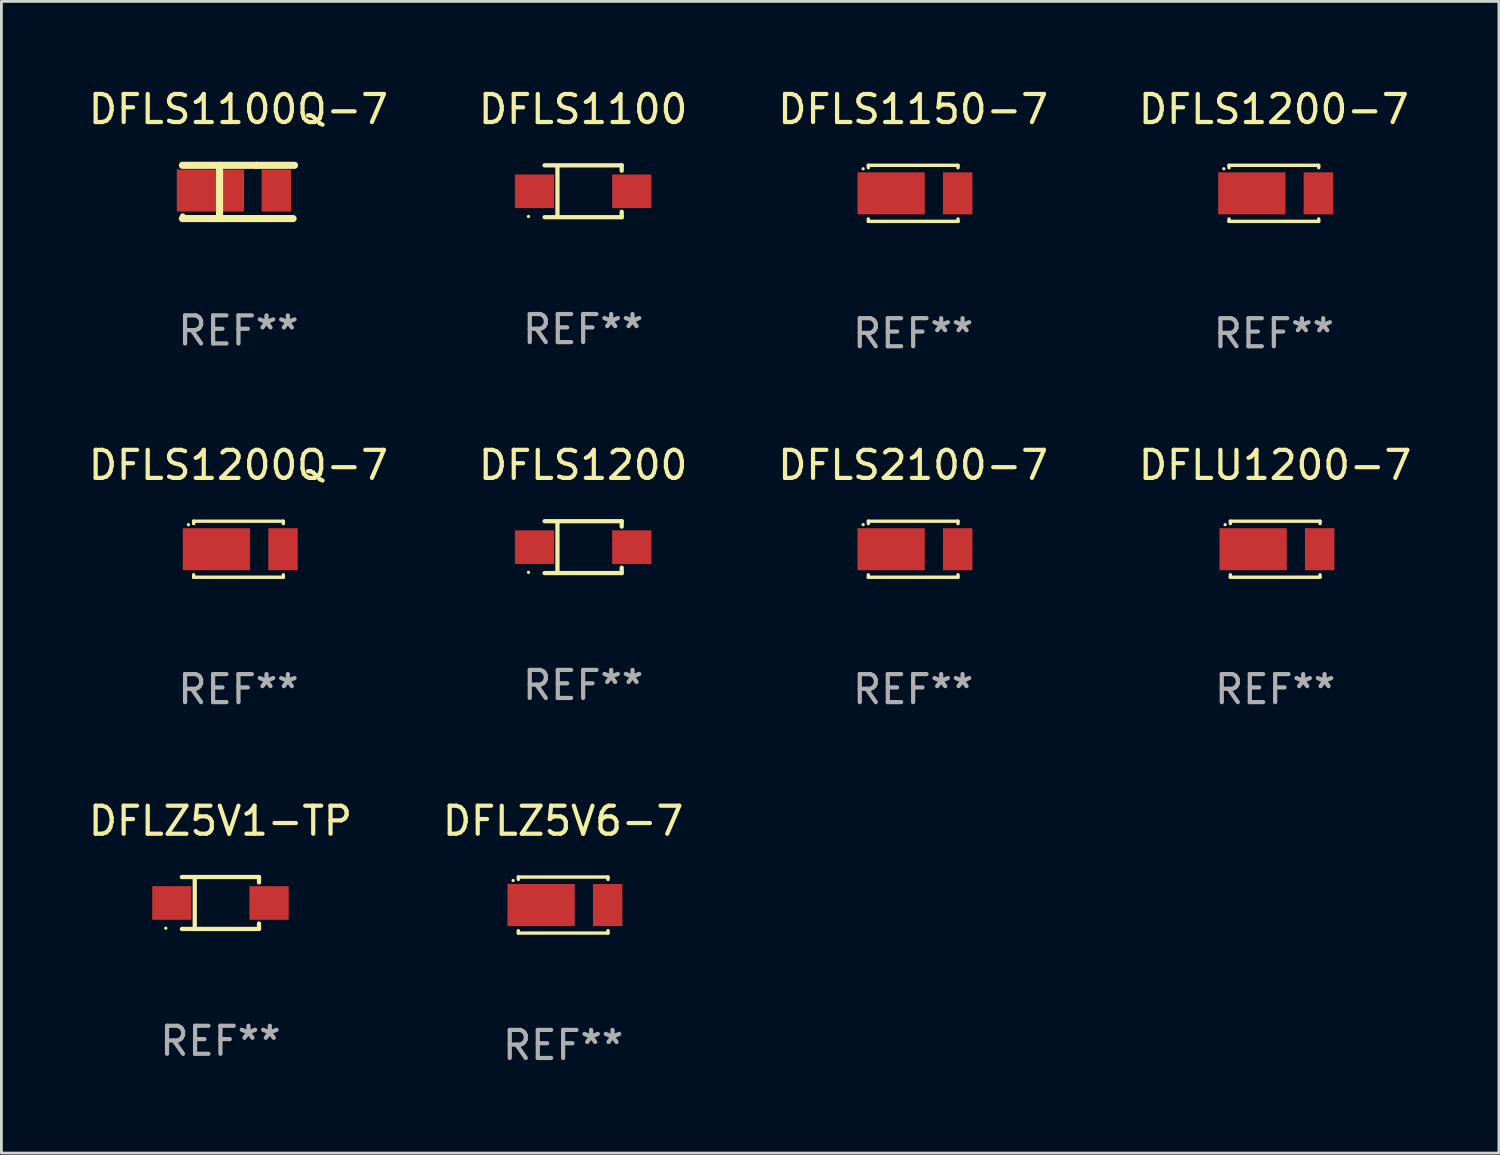
<source format=kicad_pcb>
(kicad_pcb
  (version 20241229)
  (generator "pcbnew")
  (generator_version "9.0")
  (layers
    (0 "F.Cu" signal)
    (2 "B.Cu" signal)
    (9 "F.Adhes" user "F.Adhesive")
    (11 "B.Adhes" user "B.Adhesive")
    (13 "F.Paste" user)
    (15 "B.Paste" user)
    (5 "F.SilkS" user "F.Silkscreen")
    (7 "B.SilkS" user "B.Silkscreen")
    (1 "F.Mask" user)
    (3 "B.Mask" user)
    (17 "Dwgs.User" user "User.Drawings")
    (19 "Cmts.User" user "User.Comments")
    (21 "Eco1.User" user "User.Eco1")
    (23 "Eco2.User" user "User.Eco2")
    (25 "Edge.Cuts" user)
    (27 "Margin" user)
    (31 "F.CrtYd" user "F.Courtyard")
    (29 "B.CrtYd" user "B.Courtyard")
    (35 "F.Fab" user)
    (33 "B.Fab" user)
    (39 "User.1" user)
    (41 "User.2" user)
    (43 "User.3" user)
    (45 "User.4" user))
  (footprint "DFLS1200Q-7"
    (layer "F.Cu")
    (at 5.458 16.545)
    (property "Reference" "DFLS1200Q-7" (at 0 -3 0) (layer "F.SilkS") (effects (font (size 1 1) (thickness 0.15))))
    (attr through_hole)
    (fp_line (start -1.599 -1) (end -1.599 -0.913) (stroke (width 0.12) (type solid)) (layer "F.SilkS"))
    (fp_line (start -1.599 0.913) (end -1.599 1) (stroke (width 0.12) (type solid)) (layer "F.SilkS"))
    (fp_line (start -1.599 1) (end 1.601 1) (stroke (width 0.12) (type solid)) (layer "F.SilkS"))
    (fp_line (start 1.599 -1) (end -1.601 -1) (stroke (width 0.12) (type solid)) (layer "F.SilkS"))
    (fp_line (start 1.601 -1) (end 1.601 -0.913) (stroke (width 0.12) (type solid)) (layer "F.SilkS"))
    (fp_line (start 1.601 0.913) (end 1.601 1) (stroke (width 0.12) (type solid)) (layer "F.SilkS"))
    (fp_circle (center -1.785 -0.876) (end -1.755 -0.876) (stroke (width 0.06) (type solid)) (fill no) (layer "F.SilkS"))
    (fp_text user "REF**" (at 0 5 0) (layer "F.Fab") (effects (font (size 1 1) (thickness 0.15))))
    (pad "1" smd rect (at -0.786 0 180) (size 2.4 1.5) (layers "F.Cu" "F.Mask" "F.Paste"))
    (pad "2" smd rect (at 1.589 0 180) (size 1.05 1.5) (layers "F.Cu" "F.Mask" "F.Paste")))
  (footprint "DFLZ5V1-TP"
    (layer "F.Cu")
    (at 4.815 29.167)
    (property "Reference" "DFLZ5V1-TP" (at 0 -2.926 0) (layer "F.SilkS") (effects (font (size 1 1) (thickness 0.15))))
    (attr through_hole)
    (fp_line (start -1.376 -0.926) (end 1.376 -0.926) (stroke (width 0.152) (type solid)) (layer "F.SilkS"))
    (fp_line (start -1.376 0.926) (end 1.376 0.926) (stroke (width 0.152) (type solid)) (layer "F.SilkS"))
    (fp_line (start -0.917 -0.876) (end -0.917 0.876) (stroke (width 0.152) (type solid)) (layer "F.SilkS"))
    (fp_line (start 1.376 -0.926) (end 1.376 -0.733) (stroke (width 0.152) (type solid)) (layer "F.SilkS"))
    (fp_line (start 1.376 0.926) (end 1.376 0.733) (stroke (width 0.152) (type solid)) (layer "F.SilkS"))
    (fp_circle (center -1.95 0.9) (end -1.92 0.9) (stroke (width 0.06) (type solid)) (fill no) (layer "F.SilkS"))
    (fp_text user "REF**" (at 0 4.926 0) (layer "F.Fab") (effects (font (size 1 1) (thickness 0.15))))
    (pad "1" smd rect (at -1.735 0) (size 1.4 1.2) (layers "F.Cu" "F.Mask" "F.Paste"))
    (pad "2" smd rect (at 1.735 0) (size 1.4 1.2) (layers "F.Cu" "F.Mask" "F.Paste")))
  (footprint "DFLS2100-7"
    (layer "F.Cu")
    (at 29.53 16.545)
    (property "Reference" "DFLS2100-7" (at 0 -3 0) (layer "F.SilkS") (effects (font (size 1 1) (thickness 0.15))))
    (attr through_hole)
    (fp_line (start -1.599 -1) (end -1.599 -0.913) (stroke (width 0.12) (type solid)) (layer "F.SilkS"))
    (fp_line (start -1.599 0.913) (end -1.599 1) (stroke (width 0.12) (type solid)) (layer "F.SilkS"))
    (fp_line (start -1.599 1) (end 1.601 1) (stroke (width 0.12) (type solid)) (layer "F.SilkS"))
    (fp_line (start 1.599 -1) (end -1.601 -1) (stroke (width 0.12) (type solid)) (layer "F.SilkS"))
    (fp_line (start 1.601 -1) (end 1.601 -0.913) (stroke (width 0.12) (type solid)) (layer "F.SilkS"))
    (fp_line (start 1.601 0.913) (end 1.601 1) (stroke (width 0.12) (type solid)) (layer "F.SilkS"))
    (fp_circle (center -1.785 -0.876) (end -1.755 -0.876) (stroke (width 0.06) (type solid)) (fill no) (layer "F.SilkS"))
    (fp_text user "REF**" (at 0 5 0) (layer "F.Fab") (effects (font (size 1 1) (thickness 0.15))))
    (pad "1" smd rect (at -0.786 0 180) (size 2.4 1.5) (layers "F.Cu" "F.Mask" "F.Paste"))
    (pad "2" smd rect (at 1.589 0 180) (size 1.05 1.5) (layers "F.Cu" "F.Mask" "F.Paste")))
  (footprint "DFLS1100Q-7"
    (layer "F.Cu")
    (at 5.458 3.798)
    (property "Reference" "DFLS1100Q-7" (at 0 -2.95 0) (layer "F.SilkS") (effects (font (size 1 1) (thickness 0.15))))
    (attr through_hole)
    (fp_line (start -2 0.95) (end 1.95 0.95) (stroke (width 0.254) (type solid)) (layer "F.SilkS"))
    (fp_line (start -0.675 -0.95) (end -0.675 0.9) (stroke (width 0.254) (type solid)) (layer "F.SilkS"))
    (fp_line (start 0.65 -0.95) (end -2 -0.95) (stroke (width 0.254) (type solid)) (layer "F.SilkS"))
    (fp_line (start 0.65 -0.95) (end 2 -0.95) (stroke (width 0.254) (type solid)) (layer "F.SilkS"))
    (fp_circle (center -1.988 0.865) (end -1.937 0.865) (stroke (width 0.1) (type solid)) (fill no) (layer "F.SilkS"))
    (fp_text user "REF**" (at 0 4.95 0) (layer "F.Fab") (effects (font (size 1 1) (thickness 0.15))))
    (pad "1" smd rect (at -1 -0.05) (size 2.4 1.5) (layers "F.Cu" "F.Mask" "F.Paste"))
    (pad "2" smd rect (at 1.35 -0.05) (size 1.05 1.5) (layers "F.Cu" "F.Mask" "F.Paste")))
  (footprint "DFLZ5V6-7"
    (layer "F.Cu")
    (at 17.042 29.241)
    (property "Reference" "DFLZ5V6-7" (at 0 -3 0) (layer "F.SilkS") (effects (font (size 1 1) (thickness 0.15))))
    (attr through_hole)
    (fp_line (start -1.599 -1) (end -1.599 -0.913) (stroke (width 0.12) (type solid)) (layer "F.SilkS"))
    (fp_line (start -1.599 0.913) (end -1.599 1) (stroke (width 0.12) (type solid)) (layer "F.SilkS"))
    (fp_line (start -1.599 1) (end 1.601 1) (stroke (width 0.12) (type solid)) (layer "F.SilkS"))
    (fp_line (start 1.599 -1) (end -1.601 -1) (stroke (width 0.12) (type solid)) (layer "F.SilkS"))
    (fp_line (start 1.601 -1) (end 1.601 -0.913) (stroke (width 0.12) (type solid)) (layer "F.SilkS"))
    (fp_line (start 1.601 0.913) (end 1.601 1) (stroke (width 0.12) (type solid)) (layer "F.SilkS"))
    (fp_circle (center -1.785 -0.876) (end -1.755 -0.876) (stroke (width 0.06) (type solid)) (fill no) (layer "F.SilkS"))
    (fp_text user "REF**" (at 0 5 0) (layer "F.Fab") (effects (font (size 1 1) (thickness 0.15))))
    (pad "1" smd rect (at -0.786 0 180) (size 2.4 1.5) (layers "F.Cu" "F.Mask" "F.Paste"))
    (pad "2" smd rect (at 1.589 0 180) (size 1.05 1.5) (layers "F.Cu" "F.Mask" "F.Paste")))
  (footprint "DFLS1200"
    (layer "F.Cu")
    (at 17.756 16.471)
    (property "Reference" "DFLS1200" (at 0 -2.926 0) (layer "F.SilkS") (effects (font (size 1 1) (thickness 0.15))))
    (attr through_hole)
    (fp_line (start -1.376 -0.926) (end 1.376 -0.926) (stroke (width 0.152) (type solid)) (layer "F.SilkS"))
    (fp_line (start -1.376 0.926) (end 1.376 0.926) (stroke (width 0.152) (type solid)) (layer "F.SilkS"))
    (fp_line (start -0.917 -0.876) (end -0.917 0.876) (stroke (width 0.152) (type solid)) (layer "F.SilkS"))
    (fp_line (start 1.376 -0.926) (end 1.376 -0.733) (stroke (width 0.152) (type solid)) (layer "F.SilkS"))
    (fp_line (start 1.376 0.926) (end 1.376 0.733) (stroke (width 0.152) (type solid)) (layer "F.SilkS"))
    (fp_circle (center -1.95 0.9) (end -1.92 0.9) (stroke (width 0.06) (type solid)) (fill no) (layer "F.SilkS"))
    (fp_text user "REF**" (at 0 4.926 0) (layer "F.Fab") (effects (font (size 1 1) (thickness 0.15))))
    (pad "1" smd rect (at -1.735 0) (size 1.4 1.2) (layers "F.Cu" "F.Mask" "F.Paste"))
    (pad "2" smd rect (at 1.735 0) (size 1.4 1.2) (layers "F.Cu" "F.Mask" "F.Paste")))
  (footprint "DFLU1200-7"
    (layer "F.Cu")
    (at 42.446 16.545)
    (property "Reference" "DFLU1200-7" (at 0 -3 0) (layer "F.SilkS") (effects (font (size 1 1) (thickness 0.15))))
    (attr through_hole)
    (fp_line (start -1.599 -1) (end -1.599 -0.913) (stroke (width 0.12) (type solid)) (layer "F.SilkS"))
    (fp_line (start -1.599 0.913) (end -1.599 1) (stroke (width 0.12) (type solid)) (layer "F.SilkS"))
    (fp_line (start -1.599 1) (end 1.601 1) (stroke (width 0.12) (type solid)) (layer "F.SilkS"))
    (fp_line (start 1.599 -1) (end -1.601 -1) (stroke (width 0.12) (type solid)) (layer "F.SilkS"))
    (fp_line (start 1.601 -1) (end 1.601 -0.913) (stroke (width 0.12) (type solid)) (layer "F.SilkS"))
    (fp_line (start 1.601 0.913) (end 1.601 1) (stroke (width 0.12) (type solid)) (layer "F.SilkS"))
    (fp_circle (center -1.785 -0.876) (end -1.755 -0.876) (stroke (width 0.06) (type solid)) (fill no) (layer "F.SilkS"))
    (fp_text user "REF**" (at 0 5 0) (layer "F.Fab") (effects (font (size 1 1) (thickness 0.15))))
    (pad "1" smd rect (at -0.786 0 180) (size 2.4 1.5) (layers "F.Cu" "F.Mask" "F.Paste"))
    (pad "2" smd rect (at 1.589 0 180) (size 1.05 1.5) (layers "F.Cu" "F.Mask" "F.Paste")))
  (footprint "DFLS1150-7"
    (layer "F.Cu")
    (at 29.53 3.848)
    (property "Reference" "DFLS1150-7" (at 0 -3 0) (layer "F.SilkS") (effects (font (size 1 1) (thickness 0.15))))
    (attr through_hole)
    (fp_line (start -1.599 -1) (end -1.599 -0.913) (stroke (width 0.12) (type solid)) (layer "F.SilkS"))
    (fp_line (start -1.599 0.913) (end -1.599 1) (stroke (width 0.12) (type solid)) (layer "F.SilkS"))
    (fp_line (start -1.599 1) (end 1.601 1) (stroke (width 0.12) (type solid)) (layer "F.SilkS"))
    (fp_line (start 1.599 -1) (end -1.601 -1) (stroke (width 0.12) (type solid)) (layer "F.SilkS"))
    (fp_line (start 1.601 -1) (end 1.601 -0.913) (stroke (width 0.12) (type solid)) (layer "F.SilkS"))
    (fp_line (start 1.601 0.913) (end 1.601 1) (stroke (width 0.12) (type solid)) (layer "F.SilkS"))
    (fp_circle (center -1.785 -0.876) (end -1.755 -0.876) (stroke (width 0.06) (type solid)) (fill no) (layer "F.SilkS"))
    (fp_text user "REF**" (at 0 5 0) (layer "F.Fab") (effects (font (size 1 1) (thickness 0.15))))
    (pad "1" smd rect (at -0.786 0 180) (size 2.4 1.5) (layers "F.Cu" "F.Mask" "F.Paste"))
    (pad "2" smd rect (at 1.589 0 180) (size 1.05 1.5) (layers "F.Cu" "F.Mask" "F.Paste")))
  (footprint "DFLS1100"
    (layer "F.Cu")
    (at 17.756 3.774)
    (property "Reference" "DFLS1100" (at 0 -2.926 0) (layer "F.SilkS") (effects (font (size 1 1) (thickness 0.15))))
    (attr through_hole)
    (fp_line (start -1.376 -0.926) (end 1.376 -0.926) (stroke (width 0.152) (type solid)) (layer "F.SilkS"))
    (fp_line (start -1.376 0.926) (end 1.376 0.926) (stroke (width 0.152) (type solid)) (layer "F.SilkS"))
    (fp_line (start -0.917 -0.876) (end -0.917 0.876) (stroke (width 0.152) (type solid)) (layer "F.SilkS"))
    (fp_line (start 1.376 -0.926) (end 1.376 -0.733) (stroke (width 0.152) (type solid)) (layer "F.SilkS"))
    (fp_line (start 1.376 0.926) (end 1.376 0.733) (stroke (width 0.152) (type solid)) (layer "F.SilkS"))
    (fp_circle (center -1.95 0.9) (end -1.92 0.9) (stroke (width 0.06) (type solid)) (fill no) (layer "F.SilkS"))
    (fp_text user "REF**" (at 0 4.926 0) (layer "F.Fab") (effects (font (size 1 1) (thickness 0.15))))
    (pad "1" smd rect (at -1.735 0) (size 1.4 1.2) (layers "F.Cu" "F.Mask" "F.Paste"))
    (pad "2" smd rect (at 1.735 0) (size 1.4 1.2) (layers "F.Cu" "F.Mask" "F.Paste")))
  (footprint "DFLS1200-7"
    (layer "F.Cu")
    (at 42.399 3.848)
    (property "Reference" "DFLS1200-7" (at 0 -3 0) (layer "F.SilkS") (effects (font (size 1 1) (thickness 0.15))))
    (attr through_hole)
    (fp_line (start -1.599 -1) (end -1.599 -0.913) (stroke (width 0.12) (type solid)) (layer "F.SilkS"))
    (fp_line (start -1.599 0.913) (end -1.599 1) (stroke (width 0.12) (type solid)) (layer "F.SilkS"))
    (fp_line (start -1.599 1) (end 1.601 1) (stroke (width 0.12) (type solid)) (layer "F.SilkS"))
    (fp_line (start 1.599 -1) (end -1.601 -1) (stroke (width 0.12) (type solid)) (layer "F.SilkS"))
    (fp_line (start 1.601 -1) (end 1.601 -0.913) (stroke (width 0.12) (type solid)) (layer "F.SilkS"))
    (fp_line (start 1.601 0.913) (end 1.601 1) (stroke (width 0.12) (type solid)) (layer "F.SilkS"))
    (fp_circle (center -1.785 -0.876) (end -1.755 -0.876) (stroke (width 0.06) (type solid)) (fill no) (layer "F.SilkS"))
    (fp_text user "REF**" (at 0 5 0) (layer "F.Fab") (effects (font (size 1 1) (thickness 0.15))))
    (pad "1" smd rect (at -0.786 0 180) (size 2.4 1.5) (layers "F.Cu" "F.Mask" "F.Paste"))
    (pad "2" smd rect (at 1.589 0 180) (size 1.05 1.5) (layers "F.Cu" "F.Mask" "F.Paste")))
  (gr_rect
    (start -3 -3)
    (end 50.429 38.09)
    (stroke (width 0.1) (type default))
    (fill no)
    (layer "Edge.Cuts")))
</source>
